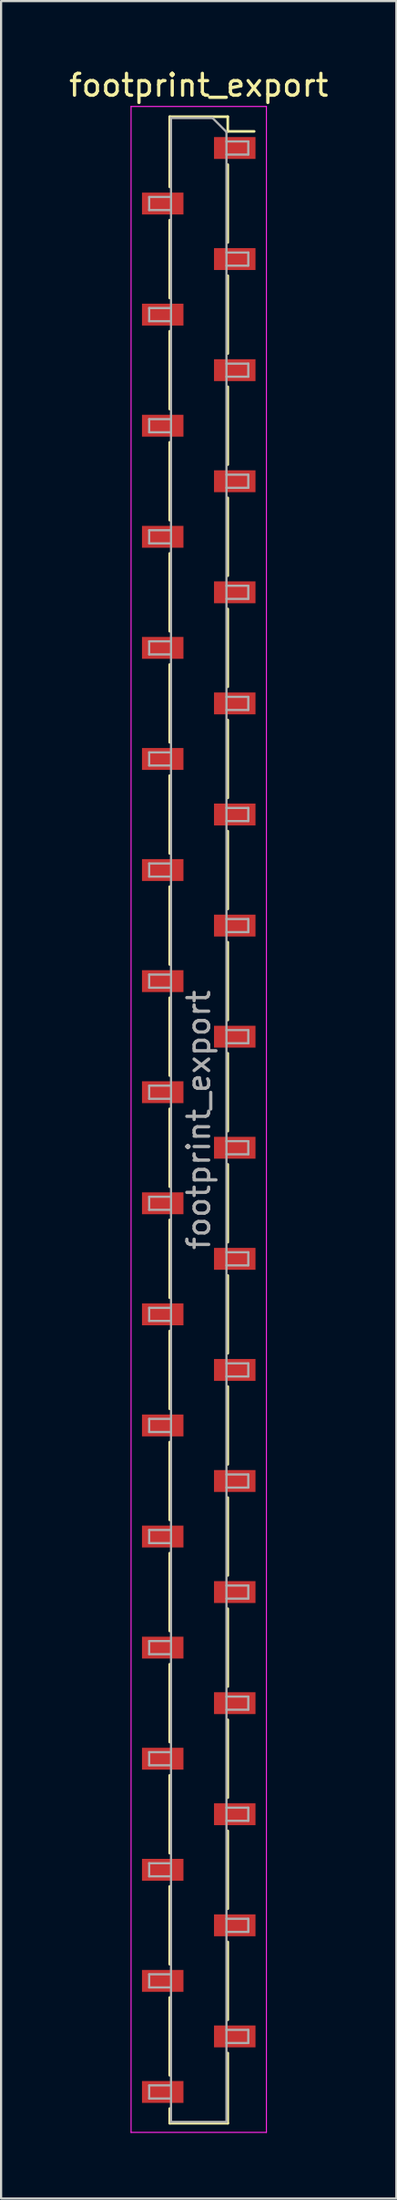
<source format=kicad_pcb>
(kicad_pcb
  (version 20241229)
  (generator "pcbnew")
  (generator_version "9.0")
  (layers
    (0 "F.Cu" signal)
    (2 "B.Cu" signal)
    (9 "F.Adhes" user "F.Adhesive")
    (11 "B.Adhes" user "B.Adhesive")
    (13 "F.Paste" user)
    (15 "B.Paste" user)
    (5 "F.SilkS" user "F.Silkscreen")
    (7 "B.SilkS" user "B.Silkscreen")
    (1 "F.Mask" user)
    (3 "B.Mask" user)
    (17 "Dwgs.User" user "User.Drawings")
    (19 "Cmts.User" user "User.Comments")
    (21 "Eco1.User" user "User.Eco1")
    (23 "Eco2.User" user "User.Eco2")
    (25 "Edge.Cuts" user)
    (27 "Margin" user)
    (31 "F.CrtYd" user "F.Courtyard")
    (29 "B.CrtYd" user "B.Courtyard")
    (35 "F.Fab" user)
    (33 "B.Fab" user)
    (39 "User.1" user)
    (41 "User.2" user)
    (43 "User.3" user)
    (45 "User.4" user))
  (footprint "footprint_export"
    (layer "F.Cu")
    (at 6.054 48.168)
    (property "Reference" "footprint_export" (at 0 -47.32 0) (layer "F.SilkS") (effects (font (size 1 1) (thickness 0.15))))
    (attr smd)
    (fp_line (start -1.33 -45.88) (end -1.33 -42.67) (stroke (width 0.12) (type solid)) (layer "F.SilkS"))
    (fp_line (start -1.33 -45.88) (end 1.33 -45.88) (stroke (width 0.12) (type solid)) (layer "F.SilkS"))
    (fp_line (start -1.33 -41.15) (end -1.33 -37.59) (stroke (width 0.12) (type solid)) (layer "F.SilkS"))
    (fp_line (start -1.33 -36.07) (end -1.33 -32.51) (stroke (width 0.12) (type solid)) (layer "F.SilkS"))
    (fp_line (start -1.33 -30.99) (end -1.33 -27.43) (stroke (width 0.12) (type solid)) (layer "F.SilkS"))
    (fp_line (start -1.33 -25.91) (end -1.33 -22.35) (stroke (width 0.12) (type solid)) (layer "F.SilkS"))
    (fp_line (start -1.33 -20.83) (end -1.33 -17.27) (stroke (width 0.12) (type solid)) (layer "F.SilkS"))
    (fp_line (start -1.33 -15.75) (end -1.33 -12.19) (stroke (width 0.12) (type solid)) (layer "F.SilkS"))
    (fp_line (start -1.33 -10.67) (end -1.33 -7.11) (stroke (width 0.12) (type solid)) (layer "F.SilkS"))
    (fp_line (start -1.33 -5.59) (end -1.33 -2.03) (stroke (width 0.12) (type solid)) (layer "F.SilkS"))
    (fp_line (start -1.33 -0.51) (end -1.33 3.05) (stroke (width 0.12) (type solid)) (layer "F.SilkS"))
    (fp_line (start -1.33 4.57) (end -1.33 8.13) (stroke (width 0.12) (type solid)) (layer "F.SilkS"))
    (fp_line (start -1.33 9.65) (end -1.33 13.21) (stroke (width 0.12) (type solid)) (layer "F.SilkS"))
    (fp_line (start -1.33 14.73) (end -1.33 18.29) (stroke (width 0.12) (type solid)) (layer "F.SilkS"))
    (fp_line (start -1.33 19.81) (end -1.33 23.37) (stroke (width 0.12) (type solid)) (layer "F.SilkS"))
    (fp_line (start -1.33 24.89) (end -1.33 28.45) (stroke (width 0.12) (type solid)) (layer "F.SilkS"))
    (fp_line (start -1.33 29.97) (end -1.33 33.53) (stroke (width 0.12) (type solid)) (layer "F.SilkS"))
    (fp_line (start -1.33 35.05) (end -1.33 38.61) (stroke (width 0.12) (type solid)) (layer "F.SilkS"))
    (fp_line (start -1.33 40.13) (end -1.33 43.69) (stroke (width 0.12) (type solid)) (layer "F.SilkS"))
    (fp_line (start -1.33 45.21) (end -1.33 45.88) (stroke (width 0.12) (type solid)) (layer "F.SilkS"))
    (fp_line (start -1.33 45.88) (end 1.33 45.88) (stroke (width 0.12) (type solid)) (layer "F.SilkS"))
    (fp_line (start 1.33 -45.88) (end 1.33 -45.21) (stroke (width 0.12) (type solid)) (layer "F.SilkS"))
    (fp_line (start 1.33 -45.21) (end 2.54 -45.21) (stroke (width 0.12) (type solid)) (layer "F.SilkS"))
    (fp_line (start 1.33 -43.69) (end 1.33 -40.13) (stroke (width 0.12) (type solid)) (layer "F.SilkS"))
    (fp_line (start 1.33 -38.61) (end 1.33 -35.05) (stroke (width 0.12) (type solid)) (layer "F.SilkS"))
    (fp_line (start 1.33 -33.53) (end 1.33 -29.97) (stroke (width 0.12) (type solid)) (layer "F.SilkS"))
    (fp_line (start 1.33 -28.45) (end 1.33 -24.89) (stroke (width 0.12) (type solid)) (layer "F.SilkS"))
    (fp_line (start 1.33 -23.37) (end 1.33 -19.81) (stroke (width 0.12) (type solid)) (layer "F.SilkS"))
    (fp_line (start 1.33 -18.29) (end 1.33 -14.73) (stroke (width 0.12) (type solid)) (layer "F.SilkS"))
    (fp_line (start 1.33 -13.21) (end 1.33 -9.65) (stroke (width 0.12) (type solid)) (layer "F.SilkS"))
    (fp_line (start 1.33 -8.13) (end 1.33 -4.57) (stroke (width 0.12) (type solid)) (layer "F.SilkS"))
    (fp_line (start 1.33 -3.05) (end 1.33 0.51) (stroke (width 0.12) (type solid)) (layer "F.SilkS"))
    (fp_line (start 1.33 2.03) (end 1.33 5.59) (stroke (width 0.12) (type solid)) (layer "F.SilkS"))
    (fp_line (start 1.33 7.11) (end 1.33 10.67) (stroke (width 0.12) (type solid)) (layer "F.SilkS"))
    (fp_line (start 1.33 12.19) (end 1.33 15.75) (stroke (width 0.12) (type solid)) (layer "F.SilkS"))
    (fp_line (start 1.33 17.27) (end 1.33 20.83) (stroke (width 0.12) (type solid)) (layer "F.SilkS"))
    (fp_line (start 1.33 22.35) (end 1.33 25.91) (stroke (width 0.12) (type solid)) (layer "F.SilkS"))
    (fp_line (start 1.33 27.43) (end 1.33 30.99) (stroke (width 0.12) (type solid)) (layer "F.SilkS"))
    (fp_line (start 1.33 32.51) (end 1.33 36.07) (stroke (width 0.12) (type solid)) (layer "F.SilkS"))
    (fp_line (start 1.33 37.59) (end 1.33 41.15) (stroke (width 0.12) (type solid)) (layer "F.SilkS"))
    (fp_line (start 1.33 42.67) (end 1.33 45.88) (stroke (width 0.12) (type solid)) (layer "F.SilkS"))
    (fp_line (start -3.1 -46.35) (end 3.1 -46.35) (stroke (width 0.05) (type solid)) (layer "F.CrtYd"))
    (fp_line (start -3.1 46.3) (end -3.1 -46.35) (stroke (width 0.05) (type solid)) (layer "F.CrtYd"))
    (fp_line (start 3.1 -46.35) (end 3.1 46.3) (stroke (width 0.05) (type solid)) (layer "F.CrtYd"))
    (fp_line (start 3.1 46.3) (end -3.1 46.3) (stroke (width 0.05) (type solid)) (layer "F.CrtYd"))
    (fp_line (start -2.27 -42.21) (end -1.27 -42.21) (stroke (width 0.1) (type solid)) (layer "F.Fab"))
    (fp_line (start -2.27 -41.61) (end -2.27 -42.21) (stroke (width 0.1) (type solid)) (layer "F.Fab"))
    (fp_line (start -2.27 -37.13) (end -1.27 -37.13) (stroke (width 0.1) (type solid)) (layer "F.Fab"))
    (fp_line (start -2.27 -36.53) (end -2.27 -37.13) (stroke (width 0.1) (type solid)) (layer "F.Fab"))
    (fp_line (start -2.27 -32.05) (end -1.27 -32.05) (stroke (width 0.1) (type solid)) (layer "F.Fab"))
    (fp_line (start -2.27 -31.45) (end -2.27 -32.05) (stroke (width 0.1) (type solid)) (layer "F.Fab"))
    (fp_line (start -2.27 -26.97) (end -1.27 -26.97) (stroke (width 0.1) (type solid)) (layer "F.Fab"))
    (fp_line (start -2.27 -26.37) (end -2.27 -26.97) (stroke (width 0.1) (type solid)) (layer "F.Fab"))
    (fp_line (start -2.27 -21.89) (end -1.27 -21.89) (stroke (width 0.1) (type solid)) (layer "F.Fab"))
    (fp_line (start -2.27 -21.29) (end -2.27 -21.89) (stroke (width 0.1) (type solid)) (layer "F.Fab"))
    (fp_line (start -2.27 -16.81) (end -1.27 -16.81) (stroke (width 0.1) (type solid)) (layer "F.Fab"))
    (fp_line (start -2.27 -16.21) (end -2.27 -16.81) (stroke (width 0.1) (type solid)) (layer "F.Fab"))
    (fp_line (start -2.27 -11.73) (end -1.27 -11.73) (stroke (width 0.1) (type solid)) (layer "F.Fab"))
    (fp_line (start -2.27 -11.13) (end -2.27 -11.73) (stroke (width 0.1) (type solid)) (layer "F.Fab"))
    (fp_line (start -2.27 -6.65) (end -1.27 -6.65) (stroke (width 0.1) (type solid)) (layer "F.Fab"))
    (fp_line (start -2.27 -6.05) (end -2.27 -6.65) (stroke (width 0.1) (type solid)) (layer "F.Fab"))
    (fp_line (start -2.27 -1.57) (end -1.27 -1.57) (stroke (width 0.1) (type solid)) (layer "F.Fab"))
    (fp_line (start -2.27 -0.97) (end -2.27 -1.57) (stroke (width 0.1) (type solid)) (layer "F.Fab"))
    (fp_line (start -2.27 3.51) (end -1.27 3.51) (stroke (width 0.1) (type solid)) (layer "F.Fab"))
    (fp_line (start -2.27 4.11) (end -2.27 3.51) (stroke (width 0.1) (type solid)) (layer "F.Fab"))
    (fp_line (start -2.27 8.59) (end -1.27 8.59) (stroke (width 0.1) (type solid)) (layer "F.Fab"))
    (fp_line (start -2.27 9.19) (end -2.27 8.59) (stroke (width 0.1) (type solid)) (layer "F.Fab"))
    (fp_line (start -2.27 13.67) (end -1.27 13.67) (stroke (width 0.1) (type solid)) (layer "F.Fab"))
    (fp_line (start -2.27 14.27) (end -2.27 13.67) (stroke (width 0.1) (type solid)) (layer "F.Fab"))
    (fp_line (start -2.27 18.75) (end -1.27 18.75) (stroke (width 0.1) (type solid)) (layer "F.Fab"))
    (fp_line (start -2.27 19.35) (end -2.27 18.75) (stroke (width 0.1) (type solid)) (layer "F.Fab"))
    (fp_line (start -2.27 23.83) (end -1.27 23.83) (stroke (width 0.1) (type solid)) (layer "F.Fab"))
    (fp_line (start -2.27 24.43) (end -2.27 23.83) (stroke (width 0.1) (type solid)) (layer "F.Fab"))
    (fp_line (start -2.27 28.91) (end -1.27 28.91) (stroke (width 0.1) (type solid)) (layer "F.Fab"))
    (fp_line (start -2.27 29.51) (end -2.27 28.91) (stroke (width 0.1) (type solid)) (layer "F.Fab"))
    (fp_line (start -2.27 33.99) (end -1.27 33.99) (stroke (width 0.1) (type solid)) (layer "F.Fab"))
    (fp_line (start -2.27 34.59) (end -2.27 33.99) (stroke (width 0.1) (type solid)) (layer "F.Fab"))
    (fp_line (start -2.27 39.07) (end -1.27 39.07) (stroke (width 0.1) (type solid)) (layer "F.Fab"))
    (fp_line (start -2.27 39.67) (end -2.27 39.07) (stroke (width 0.1) (type solid)) (layer "F.Fab"))
    (fp_line (start -2.27 44.15) (end -1.27 44.15) (stroke (width 0.1) (type solid)) (layer "F.Fab"))
    (fp_line (start -2.27 44.75) (end -2.27 44.15) (stroke (width 0.1) (type solid)) (layer "F.Fab"))
    (fp_line (start -1.27 -45.82) (end 0.635 -45.82) (stroke (width 0.1) (type solid)) (layer "F.Fab"))
    (fp_line (start -1.27 -41.61) (end -2.27 -41.61) (stroke (width 0.1) (type solid)) (layer "F.Fab"))
    (fp_line (start -1.27 -36.53) (end -2.27 -36.53) (stroke (width 0.1) (type solid)) (layer "F.Fab"))
    (fp_line (start -1.27 -31.45) (end -2.27 -31.45) (stroke (width 0.1) (type solid)) (layer "F.Fab"))
    (fp_line (start -1.27 -26.37) (end -2.27 -26.37) (stroke (width 0.1) (type solid)) (layer "F.Fab"))
    (fp_line (start -1.27 -21.29) (end -2.27 -21.29) (stroke (width 0.1) (type solid)) (layer "F.Fab"))
    (fp_line (start -1.27 -16.21) (end -2.27 -16.21) (stroke (width 0.1) (type solid)) (layer "F.Fab"))
    (fp_line (start -1.27 -11.13) (end -2.27 -11.13) (stroke (width 0.1) (type solid)) (layer "F.Fab"))
    (fp_line (start -1.27 -6.05) (end -2.27 -6.05) (stroke (width 0.1) (type solid)) (layer "F.Fab"))
    (fp_line (start -1.27 -0.97) (end -2.27 -0.97) (stroke (width 0.1) (type solid)) (layer "F.Fab"))
    (fp_line (start -1.27 4.11) (end -2.27 4.11) (stroke (width 0.1) (type solid)) (layer "F.Fab"))
    (fp_line (start -1.27 9.19) (end -2.27 9.19) (stroke (width 0.1) (type solid)) (layer "F.Fab"))
    (fp_line (start -1.27 14.27) (end -2.27 14.27) (stroke (width 0.1) (type solid)) (layer "F.Fab"))
    (fp_line (start -1.27 19.35) (end -2.27 19.35) (stroke (width 0.1) (type solid)) (layer "F.Fab"))
    (fp_line (start -1.27 24.43) (end -2.27 24.43) (stroke (width 0.1) (type solid)) (layer "F.Fab"))
    (fp_line (start -1.27 29.51) (end -2.27 29.51) (stroke (width 0.1) (type solid)) (layer "F.Fab"))
    (fp_line (start -1.27 34.59) (end -2.27 34.59) (stroke (width 0.1) (type solid)) (layer "F.Fab"))
    (fp_line (start -1.27 39.67) (end -2.27 39.67) (stroke (width 0.1) (type solid)) (layer "F.Fab"))
    (fp_line (start -1.27 44.75) (end -2.27 44.75) (stroke (width 0.1) (type solid)) (layer "F.Fab"))
    (fp_line (start -1.27 45.82) (end -1.27 -45.82) (stroke (width 0.1) (type solid)) (layer "F.Fab"))
    (fp_line (start 0.635 -45.82) (end 1.27 -45.185) (stroke (width 0.1) (type solid)) (layer "F.Fab"))
    (fp_line (start 1.27 -45.185) (end 1.27 45.82) (stroke (width 0.1) (type solid)) (layer "F.Fab"))
    (fp_line (start 1.27 -44.75) (end 2.27 -44.75) (stroke (width 0.1) (type solid)) (layer "F.Fab"))
    (fp_line (start 1.27 -39.67) (end 2.27 -39.67) (stroke (width 0.1) (type solid)) (layer "F.Fab"))
    (fp_line (start 1.27 -34.59) (end 2.27 -34.59) (stroke (width 0.1) (type solid)) (layer "F.Fab"))
    (fp_line (start 1.27 -29.51) (end 2.27 -29.51) (stroke (width 0.1) (type solid)) (layer "F.Fab"))
    (fp_line (start 1.27 -24.43) (end 2.27 -24.43) (stroke (width 0.1) (type solid)) (layer "F.Fab"))
    (fp_line (start 1.27 -19.35) (end 2.27 -19.35) (stroke (width 0.1) (type solid)) (layer "F.Fab"))
    (fp_line (start 1.27 -14.27) (end 2.27 -14.27) (stroke (width 0.1) (type solid)) (layer "F.Fab"))
    (fp_line (start 1.27 -9.19) (end 2.27 -9.19) (stroke (width 0.1) (type solid)) (layer "F.Fab"))
    (fp_line (start 1.27 -4.11) (end 2.27 -4.11) (stroke (width 0.1) (type solid)) (layer "F.Fab"))
    (fp_line (start 1.27 0.97) (end 2.27 0.97) (stroke (width 0.1) (type solid)) (layer "F.Fab"))
    (fp_line (start 1.27 6.05) (end 2.27 6.05) (stroke (width 0.1) (type solid)) (layer "F.Fab"))
    (fp_line (start 1.27 11.13) (end 2.27 11.13) (stroke (width 0.1) (type solid)) (layer "F.Fab"))
    (fp_line (start 1.27 16.21) (end 2.27 16.21) (stroke (width 0.1) (type solid)) (layer "F.Fab"))
    (fp_line (start 1.27 21.29) (end 2.27 21.29) (stroke (width 0.1) (type solid)) (layer "F.Fab"))
    (fp_line (start 1.27 26.37) (end 2.27 26.37) (stroke (width 0.1) (type solid)) (layer "F.Fab"))
    (fp_line (start 1.27 31.45) (end 2.27 31.45) (stroke (width 0.1) (type solid)) (layer "F.Fab"))
    (fp_line (start 1.27 36.53) (end 2.27 36.53) (stroke (width 0.1) (type solid)) (layer "F.Fab"))
    (fp_line (start 1.27 41.61) (end 2.27 41.61) (stroke (width 0.1) (type solid)) (layer "F.Fab"))
    (fp_line (start 1.27 45.82) (end -1.27 45.82) (stroke (width 0.1) (type solid)) (layer "F.Fab"))
    (fp_line (start 2.27 -44.75) (end 2.27 -44.15) (stroke (width 0.1) (type solid)) (layer "F.Fab"))
    (fp_line (start 2.27 -44.15) (end 1.27 -44.15) (stroke (width 0.1) (type solid)) (layer "F.Fab"))
    (fp_line (start 2.27 -39.67) (end 2.27 -39.07) (stroke (width 0.1) (type solid)) (layer "F.Fab"))
    (fp_line (start 2.27 -39.07) (end 1.27 -39.07) (stroke (width 0.1) (type solid)) (layer "F.Fab"))
    (fp_line (start 2.27 -34.59) (end 2.27 -33.99) (stroke (width 0.1) (type solid)) (layer "F.Fab"))
    (fp_line (start 2.27 -33.99) (end 1.27 -33.99) (stroke (width 0.1) (type solid)) (layer "F.Fab"))
    (fp_line (start 2.27 -29.51) (end 2.27 -28.91) (stroke (width 0.1) (type solid)) (layer "F.Fab"))
    (fp_line (start 2.27 -28.91) (end 1.27 -28.91) (stroke (width 0.1) (type solid)) (layer "F.Fab"))
    (fp_line (start 2.27 -24.43) (end 2.27 -23.83) (stroke (width 0.1) (type solid)) (layer "F.Fab"))
    (fp_line (start 2.27 -23.83) (end 1.27 -23.83) (stroke (width 0.1) (type solid)) (layer "F.Fab"))
    (fp_line (start 2.27 -19.35) (end 2.27 -18.75) (stroke (width 0.1) (type solid)) (layer "F.Fab"))
    (fp_line (start 2.27 -18.75) (end 1.27 -18.75) (stroke (width 0.1) (type solid)) (layer "F.Fab"))
    (fp_line (start 2.27 -14.27) (end 2.27 -13.67) (stroke (width 0.1) (type solid)) (layer "F.Fab"))
    (fp_line (start 2.27 -13.67) (end 1.27 -13.67) (stroke (width 0.1) (type solid)) (layer "F.Fab"))
    (fp_line (start 2.27 -9.19) (end 2.27 -8.59) (stroke (width 0.1) (type solid)) (layer "F.Fab"))
    (fp_line (start 2.27 -8.59) (end 1.27 -8.59) (stroke (width 0.1) (type solid)) (layer "F.Fab"))
    (fp_line (start 2.27 -4.11) (end 2.27 -3.51) (stroke (width 0.1) (type solid)) (layer "F.Fab"))
    (fp_line (start 2.27 -3.51) (end 1.27 -3.51) (stroke (width 0.1) (type solid)) (layer "F.Fab"))
    (fp_line (start 2.27 0.97) (end 2.27 1.57) (stroke (width 0.1) (type solid)) (layer "F.Fab"))
    (fp_line (start 2.27 1.57) (end 1.27 1.57) (stroke (width 0.1) (type solid)) (layer "F.Fab"))
    (fp_line (start 2.27 6.05) (end 2.27 6.65) (stroke (width 0.1) (type solid)) (layer "F.Fab"))
    (fp_line (start 2.27 6.65) (end 1.27 6.65) (stroke (width 0.1) (type solid)) (layer "F.Fab"))
    (fp_line (start 2.27 11.13) (end 2.27 11.73) (stroke (width 0.1) (type solid)) (layer "F.Fab"))
    (fp_line (start 2.27 11.73) (end 1.27 11.73) (stroke (width 0.1) (type solid)) (layer "F.Fab"))
    (fp_line (start 2.27 16.21) (end 2.27 16.81) (stroke (width 0.1) (type solid)) (layer "F.Fab"))
    (fp_line (start 2.27 16.81) (end 1.27 16.81) (stroke (width 0.1) (type solid)) (layer "F.Fab"))
    (fp_line (start 2.27 21.29) (end 2.27 21.89) (stroke (width 0.1) (type solid)) (layer "F.Fab"))
    (fp_line (start 2.27 21.89) (end 1.27 21.89) (stroke (width 0.1) (type solid)) (layer "F.Fab"))
    (fp_line (start 2.27 26.37) (end 2.27 26.97) (stroke (width 0.1) (type solid)) (layer "F.Fab"))
    (fp_line (start 2.27 26.97) (end 1.27 26.97) (stroke (width 0.1) (type solid)) (layer "F.Fab"))
    (fp_line (start 2.27 31.45) (end 2.27 32.05) (stroke (width 0.1) (type solid)) (layer "F.Fab"))
    (fp_line (start 2.27 32.05) (end 1.27 32.05) (stroke (width 0.1) (type solid)) (layer "F.Fab"))
    (fp_line (start 2.27 36.53) (end 2.27 37.13) (stroke (width 0.1) (type solid)) (layer "F.Fab"))
    (fp_line (start 2.27 37.13) (end 1.27 37.13) (stroke (width 0.1) (type solid)) (layer "F.Fab"))
    (fp_line (start 2.27 41.61) (end 2.27 42.21) (stroke (width 0.1) (type solid)) (layer "F.Fab"))
    (fp_line (start 2.27 42.21) (end 1.27 42.21) (stroke (width 0.1) (type solid)) (layer "F.Fab"))
    (fp_text user "${REFERENCE}" (at 0 0 90) (layer "F.Fab") (effects (font (size 1 1) (thickness 0.15))))
    (pad "1" smd rect (at 1.65 -44.45) (size 1.9 1) (layers "F.Cu" "F.Mask" "F.Paste"))
    (pad "2" smd rect (at -1.65 -41.91) (size 1.9 1) (layers "F.Cu" "F.Mask" "F.Paste"))
    (pad "3" smd rect (at 1.65 -39.37) (size 1.9 1) (layers "F.Cu" "F.Mask" "F.Paste"))
    (pad "4" smd rect (at -1.65 -36.83) (size 1.9 1) (layers "F.Cu" "F.Mask" "F.Paste"))
    (pad "5" smd rect (at 1.65 -34.29) (size 1.9 1) (layers "F.Cu" "F.Mask" "F.Paste"))
    (pad "6" smd rect (at -1.65 -31.75) (size 1.9 1) (layers "F.Cu" "F.Mask" "F.Paste"))
    (pad "7" smd rect (at 1.65 -29.21) (size 1.9 1) (layers "F.Cu" "F.Mask" "F.Paste"))
    (pad "8" smd rect (at -1.65 -26.67) (size 1.9 1) (layers "F.Cu" "F.Mask" "F.Paste"))
    (pad "9" smd rect (at 1.65 -24.13) (size 1.9 1) (layers "F.Cu" "F.Mask" "F.Paste"))
    (pad "10" smd rect (at -1.65 -21.59) (size 1.9 1) (layers "F.Cu" "F.Mask" "F.Paste"))
    (pad "11" smd rect (at 1.65 -19.05) (size 1.9 1) (layers "F.Cu" "F.Mask" "F.Paste"))
    (pad "12" smd rect (at -1.65 -16.51) (size 1.9 1) (layers "F.Cu" "F.Mask" "F.Paste"))
    (pad "13" smd rect (at 1.65 -13.97) (size 1.9 1) (layers "F.Cu" "F.Mask" "F.Paste"))
    (pad "14" smd rect (at -1.65 -11.43) (size 1.9 1) (layers "F.Cu" "F.Mask" "F.Paste"))
    (pad "15" smd rect (at 1.65 -8.89) (size 1.9 1) (layers "F.Cu" "F.Mask" "F.Paste"))
    (pad "16" smd rect (at -1.65 -6.35) (size 1.9 1) (layers "F.Cu" "F.Mask" "F.Paste"))
    (pad "17" smd rect (at 1.65 -3.81) (size 1.9 1) (layers "F.Cu" "F.Mask" "F.Paste"))
    (pad "18" smd rect (at -1.65 -1.27) (size 1.9 1) (layers "F.Cu" "F.Mask" "F.Paste"))
    (pad "19" smd rect (at 1.65 1.27) (size 1.9 1) (layers "F.Cu" "F.Mask" "F.Paste"))
    (pad "20" smd rect (at -1.65 3.81) (size 1.9 1) (layers "F.Cu" "F.Mask" "F.Paste"))
    (pad "21" smd rect (at 1.65 6.35) (size 1.9 1) (layers "F.Cu" "F.Mask" "F.Paste"))
    (pad "22" smd rect (at -1.65 8.89) (size 1.9 1) (layers "F.Cu" "F.Mask" "F.Paste"))
    (pad "23" smd rect (at 1.65 11.43) (size 1.9 1) (layers "F.Cu" "F.Mask" "F.Paste"))
    (pad "24" smd rect (at -1.65 13.97) (size 1.9 1) (layers "F.Cu" "F.Mask" "F.Paste"))
    (pad "25" smd rect (at 1.65 16.51) (size 1.9 1) (layers "F.Cu" "F.Mask" "F.Paste"))
    (pad "26" smd rect (at -1.65 19.05) (size 1.9 1) (layers "F.Cu" "F.Mask" "F.Paste"))
    (pad "27" smd rect (at 1.65 21.59) (size 1.9 1) (layers "F.Cu" "F.Mask" "F.Paste"))
    (pad "28" smd rect (at -1.65 24.13) (size 1.9 1) (layers "F.Cu" "F.Mask" "F.Paste"))
    (pad "29" smd rect (at 1.65 26.67) (size 1.9 1) (layers "F.Cu" "F.Mask" "F.Paste"))
    (pad "30" smd rect (at -1.65 29.21) (size 1.9 1) (layers "F.Cu" "F.Mask" "F.Paste"))
    (pad "31" smd rect (at 1.65 31.75) (size 1.9 1) (layers "F.Cu" "F.Mask" "F.Paste"))
    (pad "32" smd rect (at -1.65 34.29) (size 1.9 1) (layers "F.Cu" "F.Mask" "F.Paste"))
    (pad "33" smd rect (at 1.65 36.83) (size 1.9 1) (layers "F.Cu" "F.Mask" "F.Paste"))
    (pad "34" smd rect (at -1.65 39.37) (size 1.9 1) (layers "F.Cu" "F.Mask" "F.Paste"))
    (pad "35" smd rect (at 1.65 41.91) (size 1.9 1) (layers "F.Cu" "F.Mask" "F.Paste"))
    (pad "36" smd rect (at -1.65 44.45) (size 1.9 1) (layers "F.Cu" "F.Mask" "F.Paste")))
  (gr_rect
    (start -3 -3)
    (end 15.107 97.493)
    (stroke (width 0.1) (type default))
    (fill no)
    (layer "Edge.Cuts")))
</source>
